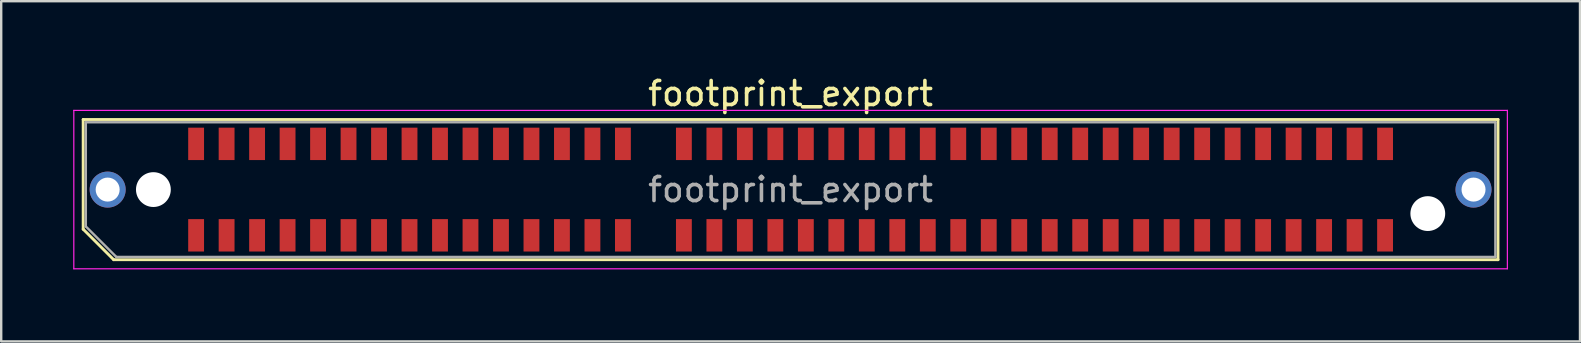
<source format=kicad_pcb>
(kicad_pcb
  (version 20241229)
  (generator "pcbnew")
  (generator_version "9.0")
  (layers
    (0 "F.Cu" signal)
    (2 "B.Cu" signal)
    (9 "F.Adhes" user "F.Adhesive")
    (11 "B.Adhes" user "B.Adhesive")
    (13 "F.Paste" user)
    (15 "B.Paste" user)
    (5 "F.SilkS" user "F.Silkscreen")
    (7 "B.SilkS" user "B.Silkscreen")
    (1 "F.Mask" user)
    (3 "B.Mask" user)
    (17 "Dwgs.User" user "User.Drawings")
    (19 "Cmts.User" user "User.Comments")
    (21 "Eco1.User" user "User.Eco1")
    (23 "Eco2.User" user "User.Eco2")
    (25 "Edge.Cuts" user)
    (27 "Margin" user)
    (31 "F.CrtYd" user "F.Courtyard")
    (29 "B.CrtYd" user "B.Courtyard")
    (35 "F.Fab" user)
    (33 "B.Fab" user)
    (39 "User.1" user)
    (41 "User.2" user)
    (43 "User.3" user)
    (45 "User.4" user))
  (footprint "footprint_export"
    (layer "F.Cu")
    (at 29.885 4.848)
    (property "Reference" "footprint_export" (at 0 -4 0) (layer "F.SilkS") (effects (font (size 1 1) (thickness 0.15))))
    (attr smd)
    (fp_line (start -29.47 -2.92) (end 29.47 -2.92) (stroke (width 0.12) (type solid)) (layer "F.SilkS"))
    (fp_line (start -29.47 1.65) (end -29.47 -2.92) (stroke (width 0.12) (type solid)) (layer "F.SilkS"))
    (fp_line (start -28.2 2.92) (end -29.47 1.65) (stroke (width 0.12) (type solid)) (layer "F.SilkS"))
    (fp_line (start -28.2 2.92) (end 29.47 2.92) (stroke (width 0.12) (type solid)) (layer "F.SilkS"))
    (fp_line (start 29.47 2.92) (end 29.47 -2.92) (stroke (width 0.12) (type solid)) (layer "F.SilkS"))
    (fp_line (start -29.86 -3.3) (end -29.86 3.3) (stroke (width 0.05) (type solid)) (layer "F.CrtYd"))
    (fp_line (start -29.86 3.3) (end 29.86 3.3) (stroke (width 0.05) (type solid)) (layer "F.CrtYd"))
    (fp_line (start 29.86 -3.3) (end -29.86 -3.3) (stroke (width 0.05) (type solid)) (layer "F.CrtYd"))
    (fp_line (start 29.86 3.3) (end 29.86 -3.3) (stroke (width 0.05) (type solid)) (layer "F.CrtYd"))
    (fp_line (start -29.36 -2.805) (end 29.36 -2.805) (stroke (width 0.1) (type solid)) (layer "F.Fab"))
    (fp_line (start -29.36 1.535) (end -29.36 -2.805) (stroke (width 0.1) (type solid)) (layer "F.Fab"))
    (fp_line (start -29.36 1.535) (end -28.09 2.805) (stroke (width 0.1) (type solid)) (layer "F.Fab"))
    (fp_line (start -28.09 2.805) (end 29.36 2.805) (stroke (width 0.1) (type solid)) (layer "F.Fab"))
    (fp_line (start 29.36 2.805) (end 29.36 -2.805) (stroke (width 0.1) (type solid)) (layer "F.Fab"))
    (fp_text user "${REFERENCE}" (at 0 0 0) (layer "F.Fab") (effects (font (size 1 1) (thickness 0.15))))
    (pad "" thru_hole circle (at -28.45 0) (size 1.5 1.5) (drill 1) (layers "*.Cu" "*.Mask"))
    (pad "" np_thru_hole circle (at -26.545 0) (size 1.45 1.45) (drill 1.45) (layers "*.Cu" "*.Mask"))
    (pad "" np_thru_hole circle (at 26.545 1) (size 1.45 1.45) (drill 1.45) (layers "*.Cu" "*.Mask"))
    (pad "" thru_hole circle (at 28.45 0) (size 1.5 1.5) (drill 1) (layers "*.Cu" "*.Mask"))
    (pad "1" smd rect (at -24.765 1.905) (size 0.66 1.35) (layers "F.Cu" "F.Mask" "F.Paste"))
    (pad "2" smd rect (at -24.765 -1.905) (size 0.66 1.35) (layers "F.Cu" "F.Mask" "F.Paste"))
    (pad "3" smd rect (at -23.495 1.905) (size 0.66 1.35) (layers "F.Cu" "F.Mask" "F.Paste"))
    (pad "4" smd rect (at -23.495 -1.905) (size 0.66 1.35) (layers "F.Cu" "F.Mask" "F.Paste"))
    (pad "5" smd rect (at -22.225 1.905) (size 0.66 1.35) (layers "F.Cu" "F.Mask" "F.Paste"))
    (pad "6" smd rect (at -22.225 -1.905) (size 0.66 1.35) (layers "F.Cu" "F.Mask" "F.Paste"))
    (pad "7" smd rect (at -20.955 1.905) (size 0.66 1.35) (layers "F.Cu" "F.Mask" "F.Paste"))
    (pad "8" smd rect (at -20.955 -1.905) (size 0.66 1.35) (layers "F.Cu" "F.Mask" "F.Paste"))
    (pad "9" smd rect (at -19.685 1.905) (size 0.66 1.35) (layers "F.Cu" "F.Mask" "F.Paste"))
    (pad "10" smd rect (at -19.685 -1.905) (size 0.66 1.35) (layers "F.Cu" "F.Mask" "F.Paste"))
    (pad "11" smd rect (at -18.415 1.905) (size 0.66 1.35) (layers "F.Cu" "F.Mask" "F.Paste"))
    (pad "12" smd rect (at -18.415 -1.905) (size 0.66 1.35) (layers "F.Cu" "F.Mask" "F.Paste"))
    (pad "13" smd rect (at -17.145 1.905) (size 0.66 1.35) (layers "F.Cu" "F.Mask" "F.Paste"))
    (pad "14" smd rect (at -17.145 -1.905) (size 0.66 1.35) (layers "F.Cu" "F.Mask" "F.Paste"))
    (pad "15" smd rect (at -15.875 1.905) (size 0.66 1.35) (layers "F.Cu" "F.Mask" "F.Paste"))
    (pad "16" smd rect (at -15.875 -1.905) (size 0.66 1.35) (layers "F.Cu" "F.Mask" "F.Paste"))
    (pad "17" smd rect (at -14.605 1.905) (size 0.66 1.35) (layers "F.Cu" "F.Mask" "F.Paste"))
    (pad "18" smd rect (at -14.605 -1.905) (size 0.66 1.35) (layers "F.Cu" "F.Mask" "F.Paste"))
    (pad "19" smd rect (at -13.335 1.905) (size 0.66 1.35) (layers "F.Cu" "F.Mask" "F.Paste"))
    (pad "20" smd rect (at -13.335 -1.905) (size 0.66 1.35) (layers "F.Cu" "F.Mask" "F.Paste"))
    (pad "21" smd rect (at -12.065 1.905) (size 0.66 1.35) (layers "F.Cu" "F.Mask" "F.Paste"))
    (pad "22" smd rect (at -12.065 -1.905) (size 0.66 1.35) (layers "F.Cu" "F.Mask" "F.Paste"))
    (pad "23" smd rect (at -10.795 1.905) (size 0.66 1.35) (layers "F.Cu" "F.Mask" "F.Paste"))
    (pad "24" smd rect (at -10.795 -1.905) (size 0.66 1.35) (layers "F.Cu" "F.Mask" "F.Paste"))
    (pad "25" smd rect (at -9.525 1.905) (size 0.66 1.35) (layers "F.Cu" "F.Mask" "F.Paste"))
    (pad "26" smd rect (at -9.525 -1.905) (size 0.66 1.35) (layers "F.Cu" "F.Mask" "F.Paste"))
    (pad "27" smd rect (at -8.255 1.905) (size 0.66 1.35) (layers "F.Cu" "F.Mask" "F.Paste"))
    (pad "28" smd rect (at -8.255 -1.905) (size 0.66 1.35) (layers "F.Cu" "F.Mask" "F.Paste"))
    (pad "29" smd rect (at -6.985 1.905) (size 0.66 1.35) (layers "F.Cu" "F.Mask" "F.Paste"))
    (pad "30" smd rect (at -6.985 -1.905) (size 0.66 1.35) (layers "F.Cu" "F.Mask" "F.Paste"))
    (pad "33" smd rect (at -4.445 1.905) (size 0.66 1.35) (layers "F.Cu" "F.Mask" "F.Paste"))
    (pad "34" smd rect (at -4.445 -1.905) (size 0.66 1.35) (layers "F.Cu" "F.Mask" "F.Paste"))
    (pad "35" smd rect (at -3.175 1.905) (size 0.66 1.35) (layers "F.Cu" "F.Mask" "F.Paste"))
    (pad "36" smd rect (at -3.175 -1.905) (size 0.66 1.35) (layers "F.Cu" "F.Mask" "F.Paste"))
    (pad "37" smd rect (at -1.905 1.905) (size 0.66 1.35) (layers "F.Cu" "F.Mask" "F.Paste"))
    (pad "38" smd rect (at -1.905 -1.905) (size 0.66 1.35) (layers "F.Cu" "F.Mask" "F.Paste"))
    (pad "39" smd rect (at -0.635 1.905) (size 0.66 1.35) (layers "F.Cu" "F.Mask" "F.Paste"))
    (pad "40" smd rect (at -0.635 -1.905) (size 0.66 1.35) (layers "F.Cu" "F.Mask" "F.Paste"))
    (pad "41" smd rect (at 0.635 1.905) (size 0.66 1.35) (layers "F.Cu" "F.Mask" "F.Paste"))
    (pad "42" smd rect (at 0.635 -1.905) (size 0.66 1.35) (layers "F.Cu" "F.Mask" "F.Paste"))
    (pad "43" smd rect (at 1.905 1.905) (size 0.66 1.35) (layers "F.Cu" "F.Mask" "F.Paste"))
    (pad "44" smd rect (at 1.905 -1.905) (size 0.66 1.35) (layers "F.Cu" "F.Mask" "F.Paste"))
    (pad "45" smd rect (at 3.175 1.905) (size 0.66 1.35) (layers "F.Cu" "F.Mask" "F.Paste"))
    (pad "46" smd rect (at 3.175 -1.905) (size 0.66 1.35) (layers "F.Cu" "F.Mask" "F.Paste"))
    (pad "47" smd rect (at 4.445 1.905) (size 0.66 1.35) (layers "F.Cu" "F.Mask" "F.Paste"))
    (pad "48" smd rect (at 4.445 -1.905) (size 0.66 1.35) (layers "F.Cu" "F.Mask" "F.Paste"))
    (pad "49" smd rect (at 5.715 1.905) (size 0.66 1.35) (layers "F.Cu" "F.Mask" "F.Paste"))
    (pad "50" smd rect (at 5.715 -1.905) (size 0.66 1.35) (layers "F.Cu" "F.Mask" "F.Paste"))
    (pad "51" smd rect (at 6.985 1.905) (size 0.66 1.35) (layers "F.Cu" "F.Mask" "F.Paste"))
    (pad "52" smd rect (at 6.985 -1.905) (size 0.66 1.35) (layers "F.Cu" "F.Mask" "F.Paste"))
    (pad "53" smd rect (at 8.255 1.905) (size 0.66 1.35) (layers "F.Cu" "F.Mask" "F.Paste"))
    (pad "54" smd rect (at 8.255 -1.905) (size 0.66 1.35) (layers "F.Cu" "F.Mask" "F.Paste"))
    (pad "55" smd rect (at 9.525 1.905) (size 0.66 1.35) (layers "F.Cu" "F.Mask" "F.Paste"))
    (pad "56" smd rect (at 9.525 -1.905) (size 0.66 1.35) (layers "F.Cu" "F.Mask" "F.Paste"))
    (pad "57" smd rect (at 10.795 1.905) (size 0.66 1.35) (layers "F.Cu" "F.Mask" "F.Paste"))
    (pad "58" smd rect (at 10.795 -1.905) (size 0.66 1.35) (layers "F.Cu" "F.Mask" "F.Paste"))
    (pad "59" smd rect (at 12.065 1.905) (size 0.66 1.35) (layers "F.Cu" "F.Mask" "F.Paste"))
    (pad "60" smd rect (at 12.065 -1.905) (size 0.66 1.35) (layers "F.Cu" "F.Mask" "F.Paste"))
    (pad "61" smd rect (at 13.335 1.905) (size 0.66 1.35) (layers "F.Cu" "F.Mask" "F.Paste"))
    (pad "62" smd rect (at 13.335 -1.905) (size 0.66 1.35) (layers "F.Cu" "F.Mask" "F.Paste"))
    (pad "63" smd rect (at 14.605 1.905) (size 0.66 1.35) (layers "F.Cu" "F.Mask" "F.Paste"))
    (pad "64" smd rect (at 14.605 -1.905) (size 0.66 1.35) (layers "F.Cu" "F.Mask" "F.Paste"))
    (pad "65" smd rect (at 15.875 1.905) (size 0.66 1.35) (layers "F.Cu" "F.Mask" "F.Paste"))
    (pad "66" smd rect (at 15.875 -1.905) (size 0.66 1.35) (layers "F.Cu" "F.Mask" "F.Paste"))
    (pad "67" smd rect (at 17.145 1.905) (size 0.66 1.35) (layers "F.Cu" "F.Mask" "F.Paste"))
    (pad "68" smd rect (at 17.145 -1.905) (size 0.66 1.35) (layers "F.Cu" "F.Mask" "F.Paste"))
    (pad "69" smd rect (at 18.415 1.905) (size 0.66 1.35) (layers "F.Cu" "F.Mask" "F.Paste"))
    (pad "70" smd rect (at 18.415 -1.905) (size 0.66 1.35) (layers "F.Cu" "F.Mask" "F.Paste"))
    (pad "71" smd rect (at 19.685 1.905) (size 0.66 1.35) (layers "F.Cu" "F.Mask" "F.Paste"))
    (pad "72" smd rect (at 19.685 -1.905) (size 0.66 1.35) (layers "F.Cu" "F.Mask" "F.Paste"))
    (pad "73" smd rect (at 20.955 1.905) (size 0.66 1.35) (layers "F.Cu" "F.Mask" "F.Paste"))
    (pad "74" smd rect (at 20.955 -1.905) (size 0.66 1.35) (layers "F.Cu" "F.Mask" "F.Paste"))
    (pad "75" smd rect (at 22.225 1.905) (size 0.66 1.35) (layers "F.Cu" "F.Mask" "F.Paste"))
    (pad "76" smd rect (at 22.225 -1.905) (size 0.66 1.35) (layers "F.Cu" "F.Mask" "F.Paste"))
    (pad "77" smd rect (at 23.495 1.905) (size 0.66 1.35) (layers "F.Cu" "F.Mask" "F.Paste"))
    (pad "78" smd rect (at 23.495 -1.905) (size 0.66 1.35) (layers "F.Cu" "F.Mask" "F.Paste"))
    (pad "79" smd rect (at 24.765 1.905) (size 0.66 1.35) (layers "F.Cu" "F.Mask" "F.Paste"))
    (pad "80" smd rect (at 24.765 -1.905) (size 0.66 1.35) (layers "F.Cu" "F.Mask" "F.Paste")))
  (gr_rect
    (start -3 -3)
    (end 62.77 11.173)
    (stroke (width 0.1) (type default))
    (fill no)
    (layer "Edge.Cuts")))
</source>
